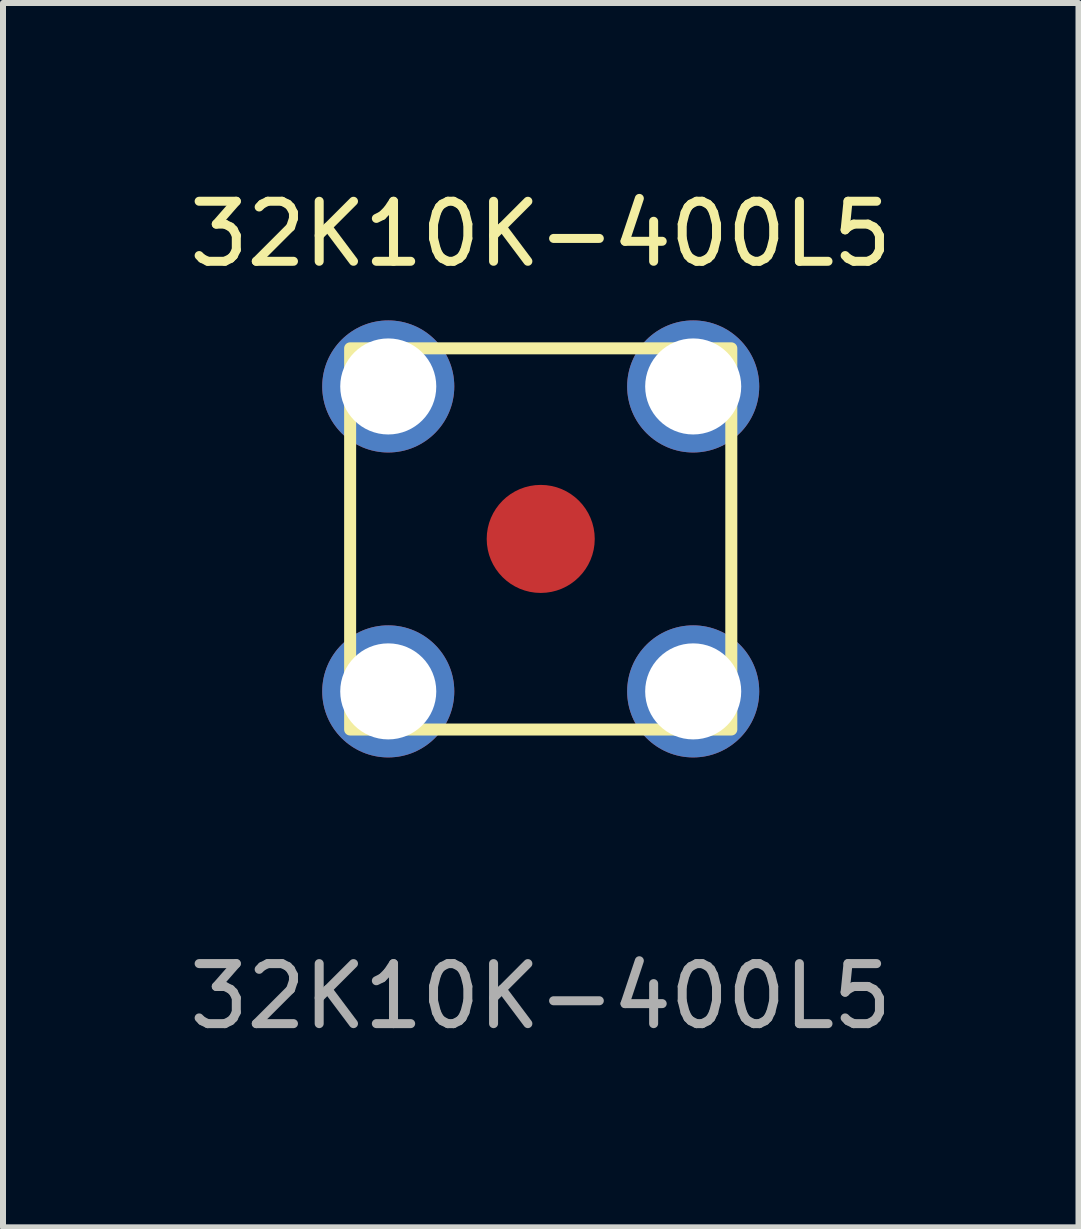
<source format=kicad_pcb>
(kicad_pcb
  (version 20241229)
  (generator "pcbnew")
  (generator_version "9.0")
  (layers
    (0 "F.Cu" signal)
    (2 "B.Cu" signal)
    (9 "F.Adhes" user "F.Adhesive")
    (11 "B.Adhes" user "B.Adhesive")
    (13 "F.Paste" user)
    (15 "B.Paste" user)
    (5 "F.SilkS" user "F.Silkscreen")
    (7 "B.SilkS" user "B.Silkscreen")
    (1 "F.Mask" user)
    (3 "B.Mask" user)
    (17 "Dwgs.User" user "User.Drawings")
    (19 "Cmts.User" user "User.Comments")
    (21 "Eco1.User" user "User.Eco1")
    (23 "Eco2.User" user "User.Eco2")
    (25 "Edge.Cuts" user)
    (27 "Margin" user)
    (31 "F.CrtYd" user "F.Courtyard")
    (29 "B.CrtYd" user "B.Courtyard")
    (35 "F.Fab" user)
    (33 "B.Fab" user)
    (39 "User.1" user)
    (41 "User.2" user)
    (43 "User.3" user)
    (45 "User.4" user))
  (footprint "32K10K-400L5"
    (layer "F.Cu")
    (at 5.958 5.928)
    (property "Reference" "32K10K-400L5" (at 0 -5.08 0) (unlocked yes) (layer "F.SilkS") (effects (font (size 1 1) (thickness 0.15))))
    (attr smd)
    (fp_rect (start -3.175 -3.175) (end 3.175 3.175) (stroke (width 0.2) (type solid)) (fill no) (layer "F.SilkS"))
    (fp_text user "${REFERENCE}" (at 0 7.62 0) (unlocked yes) (layer "F.Fab") (effects (font (size 1 1) (thickness 0.15))))
    (pad "1" smd circle (at 0 0) (size 1.8 1.8) (layers "F.Cu" "F.Mask" "F.Paste"))
    (pad "2" thru_hole circle (at -2.54 -2.54) (size 2.2 2.2) (drill 1.6) (layers "*.Cu" "*.Mask"))
    (pad "2" thru_hole circle (at -2.54 2.54) (size 2.2 2.2) (drill 1.6) (layers "*.Cu" "*.Mask"))
    (pad "2" thru_hole circle (at 2.54 -2.54) (size 2.2 2.2) (drill 1.6) (layers "*.Cu" "*.Mask"))
    (pad "2" thru_hole circle (at 2.54 2.54) (size 2.2 2.2) (drill 1.6) (layers "*.Cu" "*.Mask")))
  (gr_rect
    (start -3 -3)
    (end 14.917 17.396)
    (stroke (width 0.1) (type default))
    (fill no)
    (layer "Edge.Cuts")))
</source>
